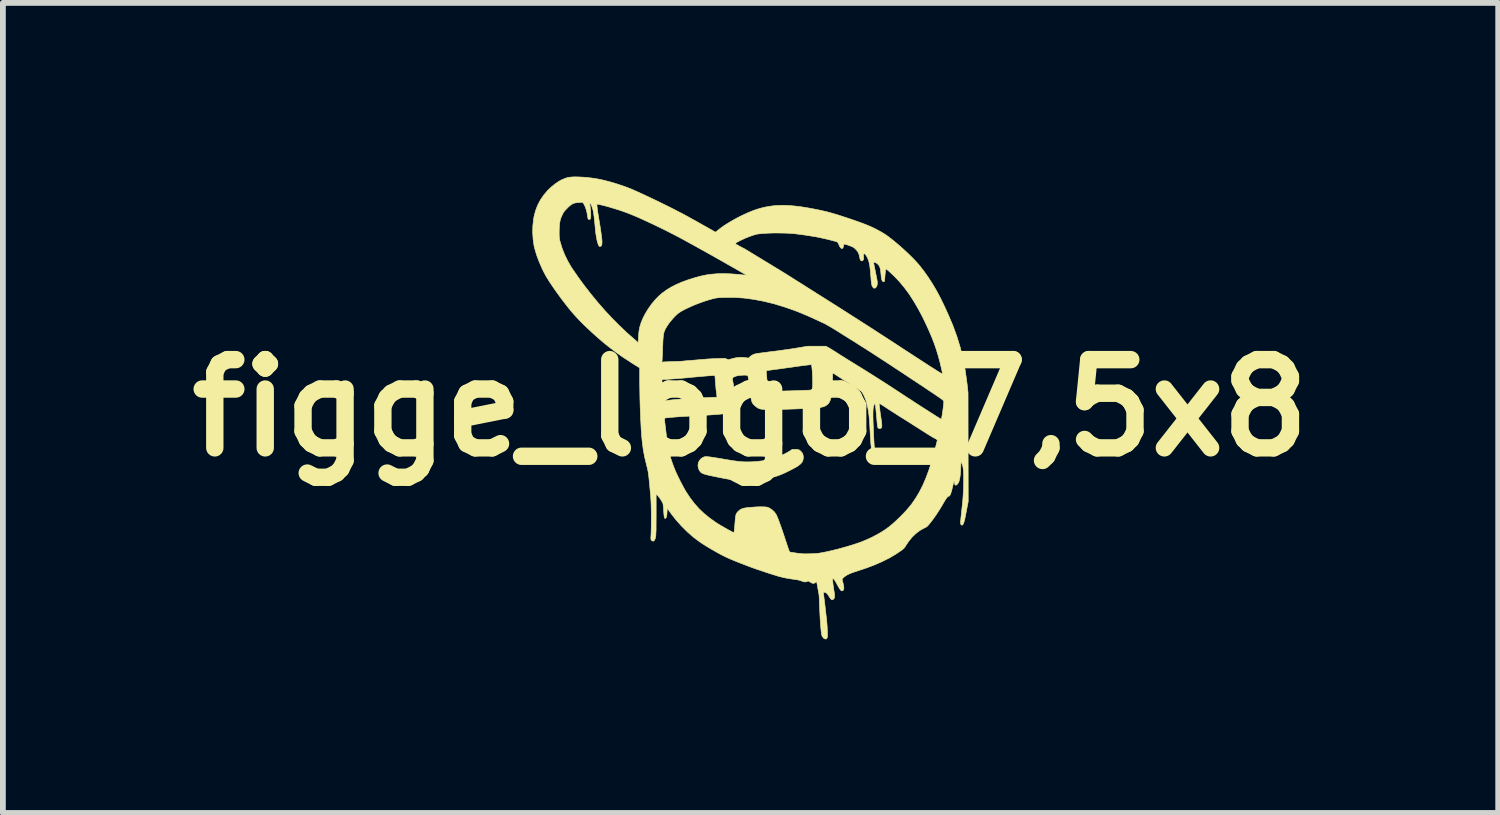
<source format=kicad_pcb>
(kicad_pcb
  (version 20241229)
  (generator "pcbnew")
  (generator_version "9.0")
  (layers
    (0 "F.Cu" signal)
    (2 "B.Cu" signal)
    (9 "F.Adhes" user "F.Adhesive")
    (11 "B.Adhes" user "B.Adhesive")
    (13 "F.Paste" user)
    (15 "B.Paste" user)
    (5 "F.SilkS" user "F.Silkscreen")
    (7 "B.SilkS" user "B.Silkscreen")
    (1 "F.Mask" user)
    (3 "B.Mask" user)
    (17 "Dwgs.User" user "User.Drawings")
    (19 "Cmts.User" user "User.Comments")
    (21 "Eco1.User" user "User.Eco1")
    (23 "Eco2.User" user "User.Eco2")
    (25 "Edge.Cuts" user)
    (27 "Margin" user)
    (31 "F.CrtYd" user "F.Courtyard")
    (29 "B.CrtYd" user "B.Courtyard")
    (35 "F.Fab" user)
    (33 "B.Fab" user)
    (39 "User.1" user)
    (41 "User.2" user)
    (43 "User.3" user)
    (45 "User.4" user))
  (footprint "figge_logo_7,5x8"
    (layer "F.Cu")
    (at 9.913 3.996)
    (property "Reference" "figge_logo_7,5x8" (at 0 0 0) (layer "F.SilkS") (effects (font (size 1.524 1.524) (thickness 0.3))))
    (attr through_hole)
    (fp_poly (pts (xy 0.799 0.716) (xy 0.821 0.719) (xy 0.839 0.725) (xy 0.856 0.737) (xy 0.865 0.745) (xy 0.89 0.772) (xy 0.905 0.802) (xy 0.912 0.838) (xy 0.912 0.854) (xy 0.91 0.881) (xy 0.904 0.906) (xy 0.894 0.93) (xy 0.878 0.952) (xy 0.855 0.975) (xy 0.825 0.998) (xy 0.787 1.022) (xy 0.739 1.048) (xy 0.682 1.078) (xy 0.653 1.092) (xy 0.604 1.116) (xy 0.563 1.135) (xy 0.528 1.15) (xy 0.494 1.163) (xy 0.461 1.175) (xy 0.425 1.186) (xy 0.41 1.191) (xy 0.29 1.221) (xy 0.163 1.243) (xy 0.031 1.257) (xy 0.018 1.258) (xy -0.019 1.261) (xy -0.047 1.262) (xy -0.071 1.263) (xy -0.094 1.263) (xy -0.119 1.262) (xy -0.148 1.26) (xy -0.189 1.257) (xy -0.231 1.253) (xy -0.277 1.247) (xy -0.328 1.24) (xy -0.384 1.23) (xy -0.448 1.219) (xy -0.522 1.204) (xy -0.576 1.193) (xy -0.64 1.18) (xy -0.694 1.169) (xy -0.738 1.159) (xy -0.774 1.149) (xy -0.803 1.141) (xy -0.826 1.132) (xy -0.843 1.123) (xy -0.857 1.113) (xy -0.868 1.101) (xy -0.878 1.088) (xy -0.887 1.073) (xy -0.888 1.071) (xy -0.903 1.031) (xy -0.908 0.99) (xy -0.902 0.95) (xy -0.886 0.914) (xy -0.861 0.882) (xy -0.83 0.859) (xy -0.82 0.853) (xy -0.81 0.849) (xy -0.799 0.845) (xy -0.787 0.842) (xy -0.772 0.841) (xy -0.754 0.841) (xy -0.731 0.843) (xy -0.703 0.846) (xy -0.668 0.851) (xy -0.627 0.857) (xy -0.577 0.865) (xy -0.517 0.875) (xy -0.448 0.887) (xy -0.405 0.894) (xy -0.358 0.902) (xy -0.31 0.91) (xy -0.264 0.916) (xy -0.222 0.922) (xy -0.188 0.926) (xy -0.171 0.928) (xy -0.084 0.932) (xy 0.009 0.931) (xy 0.106 0.925) (xy 0.201 0.914) (xy 0.292 0.899) (xy 0.313 0.894) (xy 0.377 0.877) (xy 0.445 0.855) (xy 0.513 0.828) (xy 0.579 0.799) (xy 0.638 0.768) (xy 0.668 0.75) (xy 0.723 0.715) (xy 0.769 0.715) (xy 0.799 0.716)) (stroke (width 0.01) (type solid)) (fill yes) (layer "F.SilkS"))
    (fp_poly (pts (xy -2.973 -3.99) (xy -2.907 -3.987) (xy -2.838 -3.982) (xy -2.766 -3.974) (xy -2.693 -3.964) (xy -2.622 -3.952) (xy -2.617 -3.951) (xy -2.548 -3.936) (xy -2.472 -3.917) (xy -2.39 -3.895) (xy -2.307 -3.869) (xy -2.224 -3.842) (xy -2.145 -3.814) (xy -2.072 -3.786) (xy -2.035 -3.77) (xy -1.972 -3.742) (xy -1.901 -3.71) (xy -1.823 -3.674) (xy -1.74 -3.635) (xy -1.654 -3.594) (xy -1.567 -3.552) (xy -1.48 -3.509) (xy -1.395 -3.467) (xy -1.314 -3.426) (xy -1.239 -3.387) (xy -1.17 -3.352) (xy -1.111 -3.32) (xy -1.105 -3.316) (xy -1.077 -3.301) (xy -1.043 -3.282) (xy -1.002 -3.259) (xy -0.956 -3.234) (xy -0.908 -3.207) (xy -0.858 -3.179) (xy -0.809 -3.151) (xy -0.762 -3.125) (xy -0.718 -3.1) (xy -0.679 -3.078) (xy -0.647 -3.06) (xy -0.624 -3.046) (xy -0.619 -3.043) (xy -0.611 -3.039) (xy -0.604 -3.039) (xy -0.595 -3.043) (xy -0.582 -3.053) (xy -0.569 -3.064) (xy -0.515 -3.107) (xy -0.452 -3.152) (xy -0.38 -3.197) (xy -0.304 -3.242) (xy -0.224 -3.286) (xy -0.142 -3.327) (xy -0.06 -3.365) (xy 0.019 -3.398) (xy 0.094 -3.426) (xy 0.153 -3.444) (xy 0.234 -3.465) (xy 0.316 -3.481) (xy 0.398 -3.492) (xy 0.483 -3.498) (xy 0.571 -3.5) (xy 0.664 -3.496) (xy 0.763 -3.488) (xy 0.869 -3.475) (xy 0.983 -3.457) (xy 1.075 -3.44) (xy 1.143 -3.427) (xy 1.205 -3.414) (xy 1.263 -3.401) (xy 1.319 -3.388) (xy 1.375 -3.373) (xy 1.434 -3.356) (xy 1.496 -3.338) (xy 1.564 -3.316) (xy 1.64 -3.291) (xy 1.696 -3.273) (xy 1.786 -3.242) (xy 1.866 -3.214) (xy 1.937 -3.188) (xy 2.001 -3.163) (xy 2.059 -3.139) (xy 2.113 -3.115) (xy 2.163 -3.09) (xy 2.212 -3.064) (xy 2.261 -3.037) (xy 2.301 -3.013) (xy 2.347 -2.983) (xy 2.399 -2.945) (xy 2.455 -2.901) (xy 2.516 -2.851) (xy 2.578 -2.798) (xy 2.64 -2.743) (xy 2.702 -2.686) (xy 2.761 -2.629) (xy 2.816 -2.574) (xy 2.866 -2.521) (xy 2.909 -2.472) (xy 2.916 -2.463) (xy 2.994 -2.364) (xy 3.069 -2.258) (xy 3.142 -2.145) (xy 3.214 -2.023) (xy 3.283 -1.893) (xy 3.351 -1.753) (xy 3.419 -1.603) (xy 3.487 -1.443) (xy 3.497 -1.418) (xy 3.564 -1.235) (xy 3.621 -1.049) (xy 3.669 -0.856) (xy 3.707 -0.658) (xy 3.736 -0.452) (xy 3.742 -0.402) (xy 3.757 -0.263) (xy 3.758 0.676) (xy 3.76 1.616) (xy 3.737 1.734) (xy 3.726 1.792) (xy 3.717 1.84) (xy 3.709 1.879) (xy 3.703 1.91) (xy 3.697 1.935) (xy 3.692 1.954) (xy 3.687 1.97) (xy 3.682 1.983) (xy 3.678 1.994) (xy 3.667 2.015) (xy 3.657 2.024) (xy 3.647 2.024) (xy 3.636 2.014) (xy 3.633 2.01) (xy 3.63 2.005) (xy 3.629 1.998) (xy 3.628 1.987) (xy 3.628 1.972) (xy 3.629 1.952) (xy 3.632 1.925) (xy 3.635 1.89) (xy 3.64 1.847) (xy 3.646 1.793) (xy 3.65 1.751) (xy 3.66 1.66) (xy 3.668 1.576) (xy 3.673 1.498) (xy 3.677 1.422) (xy 3.68 1.344) (xy 3.681 1.262) (xy 3.681 1.24) (xy 3.681 1.176) (xy 3.679 1.123) (xy 3.677 1.078) (xy 3.672 1.04) (xy 3.667 1.008) (xy 3.659 0.981) (xy 3.649 0.956) (xy 3.648 0.954) (xy 3.635 0.924) (xy 3.631 1.031) (xy 3.628 1.099) (xy 3.623 1.157) (xy 3.616 1.205) (xy 3.608 1.244) (xy 3.598 1.276) (xy 3.585 1.301) (xy 3.57 1.32) (xy 3.555 1.332) (xy 3.543 1.334) (xy 3.535 1.331) (xy 3.53 1.323) (xy 3.525 1.308) (xy 3.523 1.297) (xy 3.52 1.279) (xy 3.516 1.269) (xy 3.514 1.267) (xy 3.511 1.275) (xy 3.507 1.292) (xy 3.501 1.315) (xy 3.495 1.343) (xy 3.494 1.344) (xy 3.481 1.4) (xy 3.469 1.444) (xy 3.458 1.478) (xy 3.448 1.503) (xy 3.438 1.517) (xy 3.428 1.524) (xy 3.425 1.524) (xy 3.415 1.526) (xy 3.405 1.534) (xy 3.392 1.549) (xy 3.376 1.571) (xy 3.357 1.601) (xy 3.333 1.641) (xy 3.325 1.656) (xy 3.268 1.751) (xy 3.209 1.842) (xy 3.149 1.927) (xy 3.107 1.981) (xy 3.086 2.008) (xy 3.069 2.027) (xy 3.056 2.041) (xy 3.043 2.052) (xy 3.029 2.06) (xy 3.012 2.069) (xy 3.003 2.073) (xy 2.928 2.114) (xy 2.858 2.167) (xy 2.793 2.229) (xy 2.734 2.301) (xy 2.681 2.38) (xy 2.664 2.407) (xy 2.645 2.428) (xy 2.622 2.449) (xy 2.613 2.455) (xy 2.512 2.524) (xy 2.4 2.59) (xy 2.276 2.652) (xy 2.142 2.711) (xy 1.996 2.766) (xy 1.84 2.818) (xy 1.813 2.827) (xy 1.753 2.847) (xy 1.704 2.867) (xy 1.675 2.881) (xy 1.643 2.901) (xy 1.617 2.92) (xy 1.597 2.938) (xy 1.585 2.952) (xy 1.583 2.96) (xy 1.585 2.97) (xy 1.588 2.988) (xy 1.594 3.012) (xy 1.598 3.025) (xy 1.608 3.069) (xy 1.612 3.103) (xy 1.611 3.129) (xy 1.603 3.146) (xy 1.601 3.148) (xy 1.59 3.157) (xy 1.579 3.16) (xy 1.568 3.157) (xy 1.556 3.146) (xy 1.542 3.128) (xy 1.525 3.1) (xy 1.504 3.063) (xy 1.495 3.047) (xy 1.474 3.009) (xy 1.457 2.982) (xy 1.444 2.963) (xy 1.433 2.952) (xy 1.424 2.948) (xy 1.422 2.948) (xy 1.419 2.953) (xy 1.418 2.969) (xy 1.42 2.994) (xy 1.423 3.026) (xy 1.427 3.064) (xy 1.434 3.107) (xy 1.438 3.137) (xy 1.445 3.179) (xy 1.45 3.211) (xy 1.452 3.236) (xy 1.452 3.255) (xy 1.45 3.27) (xy 1.446 3.284) (xy 1.445 3.287) (xy 1.433 3.304) (xy 1.416 3.312) (xy 1.398 3.31) (xy 1.396 3.309) (xy 1.388 3.301) (xy 1.376 3.286) (xy 1.362 3.266) (xy 1.354 3.252) (xy 1.334 3.222) (xy 1.316 3.201) (xy 1.298 3.189) (xy 1.28 3.184) (xy 1.272 3.184) (xy 1.262 3.185) (xy 1.259 3.19) (xy 1.26 3.202) (xy 1.26 3.206) (xy 1.262 3.22) (xy 1.265 3.243) (xy 1.269 3.275) (xy 1.274 3.314) (xy 1.279 3.357) (xy 1.285 3.404) (xy 1.29 3.452) (xy 1.296 3.501) (xy 1.301 3.547) (xy 1.306 3.589) (xy 1.31 3.627) (xy 1.314 3.657) (xy 1.314 3.662) (xy 1.318 3.699) (xy 1.321 3.739) (xy 1.324 3.781) (xy 1.326 3.823) (xy 1.328 3.863) (xy 1.329 3.899) (xy 1.329 3.928) (xy 1.328 3.949) (xy 1.327 3.959) (xy 1.318 3.98) (xy 1.304 3.991) (xy 1.287 3.99) (xy 1.267 3.979) (xy 1.258 3.971) (xy 1.24 3.948) (xy 1.23 3.922) (xy 1.23 3.918) (xy 1.224 3.887) (xy 1.219 3.846) (xy 1.214 3.794) (xy 1.209 3.733) (xy 1.204 3.665) (xy 1.2 3.589) (xy 1.196 3.506) (xy 1.192 3.419) (xy 1.19 3.358) (xy 1.188 3.32) (xy 1.187 3.284) (xy 1.185 3.253) (xy 1.183 3.229) (xy 1.181 3.214) (xy 1.181 3.213) (xy 1.178 3.198) (xy 1.173 3.174) (xy 1.168 3.144) (xy 1.162 3.111) (xy 1.159 3.095) (xy 1.154 3.064) (xy 1.149 3.037) (xy 1.145 3.016) (xy 1.143 3.004) (xy 1.142 3.001) (xy 1.137 3.003) (xy 1.127 3.011) (xy 1.122 3.015) (xy 1.102 3.027) (xy 1.081 3.03) (xy 1.057 3.023) (xy 1.034 3.01) (xy 1.015 2.998) (xy 1.003 2.991) (xy 0.993 2.99) (xy 0.984 2.993) (xy 0.974 2.998) (xy 0.953 3.005) (xy 0.929 3.004) (xy 0.899 2.996) (xy 0.877 2.987) (xy 0.851 2.978) (xy 0.816 2.97) (xy 0.769 2.962) (xy 0.75 2.96) (xy 0.706 2.954) (xy 0.666 2.947) (xy 0.628 2.941) (xy 0.593 2.934) (xy 0.557 2.926) (xy 0.519 2.917) (xy 0.478 2.906) (xy 0.434 2.892) (xy 0.383 2.877) (xy 0.325 2.858) (xy 0.258 2.836) (xy 0.204 2.818) (xy 0.126 2.792) (xy 0.046 2.764) (xy -0.036 2.734) (xy -0.116 2.703) (xy -0.194 2.673) (xy -0.268 2.643) (xy -0.336 2.615) (xy -0.398 2.588) (xy -0.45 2.563) (xy -0.473 2.552) (xy -0.511 2.532) (xy -0.556 2.508) (xy -0.605 2.48) (xy -0.656 2.451) (xy -0.707 2.421) (xy -0.757 2.391) (xy -0.802 2.363) (xy -0.841 2.338) (xy -0.872 2.317) (xy -0.873 2.317) (xy -0.982 2.235) (xy -1.088 2.143) (xy -1.19 2.042) (xy -1.285 1.936) (xy -1.372 1.825) (xy -1.403 1.782) (xy -1.438 1.731) (xy -1.442 1.8) (xy -1.445 1.844) (xy -1.451 1.877) (xy -1.459 1.898) (xy -1.47 1.907) (xy -1.474 1.908) (xy -1.48 1.906) (xy -1.485 1.901) (xy -1.488 1.889) (xy -1.492 1.871) (xy -1.495 1.845) (xy -1.498 1.809) (xy -1.5 1.778) (xy -1.502 1.743) (xy -1.505 1.71) (xy -1.508 1.682) (xy -1.511 1.661) (xy -1.512 1.652) (xy -1.519 1.636) (xy -1.532 1.613) (xy -1.549 1.586) (xy -1.567 1.559) (xy -1.586 1.534) (xy -1.602 1.514) (xy -1.609 1.507) (xy -1.63 1.486) (xy -1.63 1.835) (xy -1.63 1.913) (xy -1.631 1.981) (xy -1.631 2.039) (xy -1.631 2.088) (xy -1.632 2.129) (xy -1.634 2.162) (xy -1.635 2.19) (xy -1.637 2.212) (xy -1.64 2.23) (xy -1.643 2.244) (xy -1.646 2.257) (xy -1.651 2.267) (xy -1.654 2.275) (xy -1.667 2.294) (xy -1.682 2.301) (xy -1.697 2.297) (xy -1.714 2.282) (xy -1.718 2.276) (xy -1.72 2.267) (xy -1.721 2.254) (xy -1.721 2.234) (xy -1.719 2.204) (xy -1.719 2.2) (xy -1.717 2.17) (xy -1.716 2.13) (xy -1.715 2.082) (xy -1.714 2.028) (xy -1.714 1.969) (xy -1.714 1.909) (xy -1.714 1.848) (xy -1.714 1.789) (xy -1.715 1.733) (xy -1.716 1.683) (xy -1.718 1.64) (xy -1.719 1.616) (xy -1.721 1.579) (xy -1.724 1.535) (xy -1.728 1.486) (xy -1.733 1.434) (xy -1.738 1.379) (xy -1.743 1.325) (xy -1.748 1.272) (xy -1.753 1.223) (xy -1.758 1.179) (xy -1.763 1.142) (xy -1.767 1.114) (xy -1.769 1.099) (xy -1.774 1.076) (xy -1.781 1.045) (xy -1.789 1.011) (xy -1.798 0.977) (xy -1.798 0.975) (xy -1.828 0.852) (xy -1.851 0.731) (xy -1.868 0.607) (xy -1.881 0.477) (xy -1.881 0.472) (xy -1.889 0.36) (xy -1.895 0.238) (xy -1.898 0.184) (xy -1.485 0.184) (xy -1.484 0.201) (xy -1.482 0.228) (xy -1.479 0.261) (xy -1.474 0.302) (xy -1.469 0.347) (xy -1.463 0.395) (xy -1.457 0.446) (xy -1.45 0.497) (xy -1.443 0.548) (xy -1.436 0.597) (xy -1.429 0.642) (xy -1.423 0.683) (xy -1.417 0.718) (xy -1.412 0.745) (xy -1.411 0.75) (xy -1.402 0.787) (xy -1.389 0.832) (xy -1.374 0.882) (xy -1.356 0.935) (xy -1.337 0.988) (xy -1.318 1.038) (xy -1.3 1.082) (xy -1.297 1.09) (xy -1.279 1.13) (xy -1.257 1.176) (xy -1.232 1.227) (xy -1.206 1.279) (xy -1.179 1.33) (xy -1.154 1.377) (xy -1.131 1.418) (xy -1.114 1.447) (xy -1.044 1.553) (xy -0.969 1.651) (xy -0.888 1.742) (xy -0.799 1.826) (xy -0.701 1.905) (xy -0.594 1.981) (xy -0.528 2.022) (xy -0.503 2.037) (xy -0.474 2.053) (xy -0.442 2.072) (xy -0.41 2.09) (xy -0.378 2.108) (xy -0.348 2.124) (xy -0.323 2.137) (xy -0.303 2.148) (xy -0.29 2.154) (xy -0.287 2.155) (xy -0.285 2.148) (xy -0.282 2.131) (xy -0.279 2.106) (xy -0.276 2.075) (xy -0.273 2.04) (xy -0.27 2.002) (xy -0.267 1.965) (xy -0.266 1.951) (xy -0.262 1.908) (xy -0.258 1.874) (xy -0.252 1.847) (xy -0.244 1.826) (xy -0.232 1.807) (xy -0.216 1.789) (xy -0.211 1.784) (xy -0.183 1.76) (xy -0.154 1.744) (xy -0.118 1.732) (xy -0.095 1.728) (xy -0.059 1.722) (xy -0.014 1.718) (xy 0.036 1.714) (xy 0.088 1.71) (xy 0.139 1.708) (xy 0.185 1.708) (xy 0.213 1.708) (xy 0.244 1.709) (xy 0.267 1.711) (xy 0.284 1.713) (xy 0.299 1.717) (xy 0.315 1.724) (xy 0.327 1.73) (xy 0.372 1.759) (xy 0.412 1.796) (xy 0.443 1.841) (xy 0.452 1.857) (xy 0.462 1.882) (xy 0.476 1.916) (xy 0.493 1.96) (xy 0.511 2.011) (xy 0.532 2.069) (xy 0.554 2.133) (xy 0.577 2.201) (xy 0.6 2.273) (xy 0.614 2.313) (xy 0.628 2.356) (xy 0.641 2.394) (xy 0.652 2.428) (xy 0.662 2.455) (xy 0.67 2.475) (xy 0.674 2.484) (xy 0.675 2.485) (xy 0.68 2.488) (xy 0.692 2.491) (xy 0.71 2.494) (xy 0.737 2.498) (xy 0.772 2.504) (xy 0.818 2.51) (xy 0.865 2.516) (xy 0.892 2.518) (xy 0.927 2.52) (xy 0.969 2.52) (xy 1.015 2.519) (xy 1.061 2.518) (xy 1.106 2.516) (xy 1.146 2.513) (xy 1.179 2.509) (xy 1.189 2.508) (xy 1.26 2.495) (xy 1.339 2.479) (xy 1.424 2.459) (xy 1.513 2.437) (xy 1.603 2.412) (xy 1.691 2.387) (xy 1.776 2.361) (xy 1.854 2.335) (xy 1.911 2.315) (xy 2.003 2.277) (xy 2.095 2.235) (xy 2.183 2.189) (xy 2.266 2.141) (xy 2.341 2.092) (xy 2.401 2.047) (xy 2.458 1.999) (xy 2.518 1.945) (xy 2.578 1.888) (xy 2.636 1.829) (xy 2.691 1.77) (xy 2.74 1.713) (xy 2.782 1.661) (xy 2.785 1.657) (xy 2.853 1.558) (xy 2.917 1.451) (xy 2.976 1.335) (xy 3.03 1.209) (xy 3.081 1.072) (xy 3.127 0.927) (xy 3.139 0.887) (xy 3.151 0.844) (xy 3.164 0.799) (xy 3.176 0.753) (xy 3.188 0.709) (xy 3.199 0.668) (xy 3.208 0.631) (xy 3.216 0.6) (xy 3.222 0.576) (xy 3.225 0.562) (xy 3.225 0.558) (xy 3.222 0.55) (xy 3.212 0.541) (xy 3.192 0.53) (xy 3.181 0.524) (xy 3.168 0.517) (xy 3.153 0.509) (xy 3.135 0.498) (xy 3.114 0.486) (xy 3.089 0.47) (xy 3.058 0.451) (xy 3.022 0.428) (xy 2.978 0.4) (xy 2.926 0.367) (xy 2.865 0.328) (xy 2.859 0.324) (xy 2.817 0.298) (xy 2.771 0.268) (xy 2.724 0.238) (xy 2.679 0.21) (xy 2.641 0.186) (xy 2.64 0.186) (xy 2.606 0.165) (xy 2.565 0.139) (xy 2.519 0.109) (xy 2.472 0.079) (xy 2.425 0.049) (xy 2.395 0.03) (xy 2.35 -0.000044) (xy 2.314 -0.024) (xy 2.285 -0.042) (xy 2.263 -0.056) (xy 2.248 -0.065) (xy 2.237 -0.071) (xy 2.23 -0.075) (xy 2.225 -0.076) (xy 2.223 -0.075) (xy 2.223 -0.075) (xy 2.223 -0.068) (xy 2.224 -0.052) (xy 2.227 -0.028) (xy 2.23 0.003) (xy 2.234 0.038) (xy 2.239 0.075) (xy 2.244 0.112) (xy 2.25 0.149) (xy 2.254 0.182) (xy 2.259 0.21) (xy 2.26 0.216) (xy 2.264 0.246) (xy 2.267 0.277) (xy 2.268 0.304) (xy 2.267 0.326) (xy 2.264 0.34) (xy 2.264 0.341) (xy 2.255 0.348) (xy 2.243 0.354) (xy 2.223 0.357) (xy 2.207 0.348) (xy 2.197 0.333) (xy 2.195 0.323) (xy 2.192 0.303) (xy 2.189 0.275) (xy 2.185 0.24) (xy 2.182 0.202) (xy 2.18 0.178) (xy 2.173 0.108) (xy 2.168 0.049) (xy 2.163 0.001) (xy 2.158 -0.035) (xy 2.153 -0.061) (xy 2.153 -0.064) (xy 2.149 -0.074) (xy 2.143 -0.071) (xy 2.136 -0.058) (xy 2.128 -0.032) (xy 2.126 -0.026) (xy 2.121 -0.005) (xy 2.118 0.018) (xy 2.116 0.045) (xy 2.115 0.08) (xy 2.115 0.104) (xy 2.115 0.151) (xy 2.116 0.207) (xy 2.118 0.271) (xy 2.121 0.34) (xy 2.124 0.413) (xy 2.127 0.488) (xy 2.131 0.562) (xy 2.135 0.629) (xy 2.138 0.673) (xy 2.14 0.707) (xy 2.141 0.732) (xy 2.141 0.751) (xy 2.14 0.763) (xy 2.138 0.771) (xy 2.136 0.777) (xy 2.135 0.778) (xy 2.123 0.79) (xy 2.111 0.79) (xy 2.104 0.784) (xy 2.099 0.774) (xy 2.095 0.757) (xy 2.09 0.732) (xy 2.086 0.698) (xy 2.082 0.654) (xy 2.077 0.601) (xy 2.073 0.538) (xy 2.068 0.463) (xy 2.064 0.385) (xy 2.06 0.303) (xy 2.055 0.231) (xy 2.05 0.168) (xy 2.044 0.112) (xy 2.037 0.061) (xy 2.029 0.014) (xy 2.019 -0.031) (xy 2.008 -0.076) (xy 1.999 -0.109) (xy 1.989 -0.139) (xy 1.977 -0.171) (xy 1.963 -0.204) (xy 1.948 -0.234) (xy 1.934 -0.259) (xy 1.922 -0.277) (xy 1.918 -0.282) (xy 1.91 -0.288) (xy 1.893 -0.299) (xy 1.869 -0.315) (xy 1.839 -0.335) (xy 1.803 -0.359) (xy 1.763 -0.384) (xy 1.72 -0.412) (xy 1.713 -0.417) (xy 1.668 -0.445) (xy 1.625 -0.473) (xy 1.584 -0.499) (xy 1.548 -0.523) (xy 1.517 -0.543) (xy 1.494 -0.558) (xy 1.479 -0.568) (xy 1.478 -0.568) (xy 1.453 -0.585) (xy 1.436 -0.596) (xy 1.425 -0.599) (xy 1.42 -0.594) (xy 1.418 -0.581) (xy 1.418 -0.559) (xy 1.418 -0.549) (xy 1.417 -0.515) (xy 1.416 -0.474) (xy 1.413 -0.427) (xy 1.411 -0.379) (xy 1.408 -0.331) (xy 1.405 -0.288) (xy 1.401 -0.252) (xy 1.4 -0.236) (xy 1.39 -0.178) (xy 1.376 -0.131) (xy 1.357 -0.092) (xy 1.332 -0.062) (xy 1.301 -0.039) (xy 1.262 -0.021) (xy 1.261 -0.021) (xy 1.238 -0.015) (xy 1.204 -0.01) (xy 1.157 -0.005) (xy 1.099 0.000392) (xy 1.029 0.005) (xy 0.948 0.01) (xy 0.855 0.014) (xy 0.75 0.018) (xy 0.634 0.022) (xy 0.546 0.024) (xy 0.469 0.026) (xy 0.402 0.028) (xy 0.346 0.028) (xy 0.298 0.028) (xy 0.258 0.027) (xy 0.225 0.025) (xy 0.197 0.022) (xy 0.175 0.019) (xy 0.157 0.014) (xy 0.141 0.008) (xy 0.131 0.003) (xy 0.1 -0.017) (xy 0.071 -0.041) (xy 0.047 -0.066) (xy 0.03 -0.09) (xy 0.03 -0.091) (xy 0.021 -0.115) (xy 0.012 -0.15) (xy 0.003 -0.198) (xy -0.006 -0.257) (xy -0.016 -0.328) (xy -0.026 -0.41) (xy -0.032 -0.47) (xy -0.036 -0.504) (xy -0.04 -0.529) (xy -0.043 -0.545) (xy -0.047 -0.555) (xy -0.051 -0.56) (xy -0.063 -0.564) (xy -0.084 -0.566) (xy -0.112 -0.567) (xy -0.143 -0.565) (xy -0.176 -0.563) (xy -0.207 -0.559) (xy -0.234 -0.554) (xy -0.248 -0.55) (xy -0.275 -0.54) (xy -0.294 -0.532) (xy -0.306 -0.522) (xy -0.311 -0.509) (xy -0.311 -0.49) (xy -0.307 -0.464) (xy -0.302 -0.436) (xy -0.295 -0.401) (xy -0.288 -0.358) (xy -0.282 -0.312) (xy -0.276 -0.264) (xy -0.271 -0.218) (xy -0.267 -0.177) (xy -0.264 -0.143) (xy -0.264 -0.13) (xy -0.264 -0.106) (xy -0.265 -0.088) (xy -0.269 -0.073) (xy -0.276 -0.055) (xy -0.287 -0.032) (xy -0.289 -0.03) (xy -0.31 0.009) (xy -0.329 0.039) (xy -0.348 0.061) (xy -0.369 0.076) (xy -0.394 0.087) (xy -0.425 0.094) (xy -0.44 0.097) (xy -0.462 0.1) (xy -0.488 0.104) (xy -0.518 0.107) (xy -0.554 0.11) (xy -0.595 0.114) (xy -0.643 0.117) (xy -0.698 0.121) (xy -0.761 0.125) (xy -0.832 0.129) (xy -0.913 0.134) (xy -1.004 0.139) (xy -1.106 0.144) (xy -1.164 0.147) (xy -1.206 0.15) (xy -1.25 0.153) (xy -1.294 0.156) (xy -1.338 0.16) (xy -1.378 0.163) (xy -1.415 0.167) (xy -1.445 0.17) (xy -1.468 0.173) (xy -1.481 0.176) (xy -1.484 0.177) (xy -1.485 0.184) (xy -1.898 0.184) (xy -1.901 0.11) (xy -1.906 -0.023) (xy -1.91 -0.158) (xy -1.912 -0.292) (xy -1.914 -0.423) (xy -1.914 -0.485) (xy -1.914 -0.49) (xy -1.53 -0.49) (xy -1.526 -0.409) (xy -1.524 -0.343) (xy -1.521 -0.287) (xy -1.519 -0.242) (xy -1.517 -0.206) (xy -1.516 -0.177) (xy -1.514 -0.156) (xy -1.513 -0.142) (xy -1.512 -0.132) (xy -1.511 -0.127) (xy -1.511 -0.126) (xy -1.503 -0.124) (xy -1.484 -0.125) (xy -1.454 -0.128) (xy -1.433 -0.131) (xy -1.395 -0.135) (xy -1.352 -0.14) (xy -1.309 -0.145) (xy -1.284 -0.147) (xy -1.081 -0.163) (xy -0.867 -0.174) (xy -0.771 -0.178) (xy -0.725 -0.18) (xy -0.683 -0.182) (xy -0.646 -0.183) (xy -0.616 -0.184) (xy -0.594 -0.185) (xy -0.582 -0.186) (xy -0.58 -0.186) (xy -0.58 -0.192) (xy -0.582 -0.208) (xy -0.584 -0.231) (xy -0.588 -0.261) (xy -0.591 -0.283) (xy -0.596 -0.325) (xy -0.6 -0.372) (xy -0.604 -0.419) (xy -0.607 -0.46) (xy -0.608 -0.467) (xy -0.61 -0.498) (xy -0.612 -0.525) (xy -0.614 -0.545) (xy -0.616 -0.557) (xy -0.616 -0.559) (xy -0.624 -0.56) (xy -0.642 -0.56) (xy -0.672 -0.558) (xy -0.712 -0.556) (xy -0.762 -0.552) (xy -0.822 -0.547) (xy -0.89 -0.541) (xy -0.968 -0.534) (xy -1.051 -0.526) (xy -1.097 -0.521) (xy -1.148 -0.517) (xy -1.201 -0.512) (xy -1.254 -0.508) (xy -1.307 -0.504) (xy -1.358 -0.5) (xy -1.405 -0.497) (xy -1.446 -0.494) (xy -1.479 -0.492) (xy -1.504 -0.491) (xy -1.516 -0.49) (xy -1.53 -0.49) (xy -1.914 -0.49) (xy -1.914 -0.643) (xy 0.272 -0.643) (xy 0.275 -0.592) (xy 0.278 -0.557) (xy 0.281 -0.519) (xy 0.285 -0.478) (xy 0.289 -0.437) (xy 0.294 -0.397) (xy 0.298 -0.361) (xy 0.303 -0.33) (xy 0.307 -0.306) (xy 0.31 -0.291) (xy 0.312 -0.287) (xy 0.318 -0.285) (xy 0.334 -0.284) (xy 0.357 -0.285) (xy 0.38 -0.286) (xy 0.401 -0.286) (xy 0.432 -0.288) (xy 0.471 -0.289) (xy 0.517 -0.291) (xy 0.568 -0.292) (xy 0.621 -0.294) (xy 0.675 -0.295) (xy 0.679 -0.295) (xy 0.734 -0.297) (xy 0.789 -0.299) (xy 0.841 -0.3) (xy 0.889 -0.302) (xy 0.931 -0.304) (xy 0.965 -0.305) (xy 0.989 -0.306) (xy 0.989 -0.306) (xy 1.066 -0.31) (xy 1.071 -0.357) (xy 1.073 -0.386) (xy 1.074 -0.42) (xy 1.074 -0.46) (xy 1.073 -0.503) (xy 1.071 -0.547) (xy 1.069 -0.591) (xy 1.067 -0.632) (xy 1.063 -0.67) (xy 1.06 -0.702) (xy 1.056 -0.727) (xy 1.052 -0.743) (xy 1.05 -0.748) (xy 1.043 -0.748) (xy 1.026 -0.746) (xy 1 -0.743) (xy 0.966 -0.739) (xy 0.925 -0.734) (xy 0.878 -0.728) (xy 0.827 -0.721) (xy 0.79 -0.716) (xy 0.731 -0.707) (xy 0.672 -0.699) (xy 0.613 -0.691) (xy 0.558 -0.683) (xy 0.508 -0.676) (xy 0.464 -0.67) (xy 0.43 -0.666) (xy 0.422 -0.665) (xy 0.386 -0.66) (xy 0.352 -0.655) (xy 0.324 -0.651) (xy 0.303 -0.648) (xy 0.291 -0.647) (xy 0.272 -0.643) (xy -1.914 -0.643) (xy -1.914 -0.691) (xy -1.945 -0.711) (xy -2.019 -0.757) (xy -2.07 -0.79) (xy -1.531 -0.79) (xy -1.508 -0.794) (xy -1.496 -0.795) (xy -1.474 -0.796) (xy -1.444 -0.797) (xy -1.408 -0.799) (xy -1.369 -0.8) (xy -1.347 -0.801) (xy -1.304 -0.802) (xy -1.262 -0.803) (xy -1.223 -0.805) (xy -1.19 -0.807) (xy -1.165 -0.809) (xy -1.158 -0.81) (xy -1.135 -0.812) (xy -1.104 -0.815) (xy -1.067 -0.818) (xy -1.027 -0.821) (xy -0.992 -0.824) (xy -0.948 -0.828) (xy -0.898 -0.832) (xy -0.849 -0.836) (xy -0.804 -0.84) (xy -0.78 -0.842) (xy -0.741 -0.845) (xy -0.694 -0.848) (xy -0.644 -0.851) (xy -0.595 -0.853) (xy -0.561 -0.854) (xy -0.52 -0.855) (xy -0.489 -0.856) (xy -0.466 -0.856) (xy -0.449 -0.855) (xy -0.436 -0.853) (xy -0.425 -0.851) (xy -0.415 -0.847) (xy -0.412 -0.845) (xy -0.383 -0.833) (xy -0.332 -0.847) (xy -0.266 -0.864) (xy -0.205 -0.872) (xy -0.146 -0.874) (xy -0.085 -0.868) (xy -0.08 -0.868) (xy -0.035 -0.861) (xy -0.009 -0.886) (xy 0.025 -0.911) (xy 0.063 -0.929) (xy 0.101 -0.938) (xy 0.113 -0.941) (xy 0.136 -0.944) (xy 0.168 -0.948) (xy 0.208 -0.953) (xy 0.253 -0.959) (xy 0.304 -0.966) (xy 0.358 -0.973) (xy 0.396 -0.977) (xy 0.458 -0.985) (xy 0.523 -0.994) (xy 0.589 -1.003) (xy 0.654 -1.012) (xy 0.714 -1.021) (xy 0.768 -1.029) (xy 0.812 -1.037) (xy 0.821 -1.038) (xy 0.984 -1.066) (xy 1.143 -1.066) (xy 1.302 -1.066) (xy 1.335 -1.049) (xy 1.349 -1.041) (xy 1.372 -1.028) (xy 1.4 -1.01) (xy 1.433 -0.99) (xy 1.468 -0.968) (xy 1.483 -0.958) (xy 1.517 -0.936) (xy 1.559 -0.909) (xy 1.607 -0.88) (xy 1.657 -0.848) (xy 1.708 -0.816) (xy 1.758 -0.786) (xy 1.775 -0.775) (xy 1.893 -0.702) (xy 2.003 -0.634) (xy 2.106 -0.569) (xy 2.205 -0.506) (xy 2.302 -0.445) (xy 2.398 -0.383) (xy 2.495 -0.319) (xy 2.584 -0.261) (xy 2.642 -0.223) (xy 2.702 -0.183) (xy 2.764 -0.144) (xy 2.825 -0.103) (xy 2.886 -0.064) (xy 2.946 -0.025) (xy 3.004 0.012) (xy 3.059 0.047) (xy 3.11 0.08) (xy 3.157 0.109) (xy 3.198 0.136) (xy 3.233 0.158) (xy 3.261 0.175) (xy 3.282 0.187) (xy 3.293 0.194) (xy 3.296 0.195) (xy 3.298 0.189) (xy 3.301 0.174) (xy 3.305 0.15) (xy 3.311 0.119) (xy 3.316 0.084) (xy 3.319 0.066) (xy 3.324 0.027) (xy 3.329 -0.011) (xy 3.333 -0.044) (xy 3.336 -0.071) (xy 3.338 -0.089) (xy 3.338 -0.093) (xy 3.337 -0.11) (xy 3.334 -0.121) (xy 3.327 -0.131) (xy 3.313 -0.143) (xy 3.306 -0.148) (xy 3.293 -0.158) (xy 3.271 -0.174) (xy 3.24 -0.195) (xy 3.202 -0.221) (xy 3.157 -0.252) (xy 3.105 -0.286) (xy 3.048 -0.324) (xy 2.987 -0.366) (xy 2.921 -0.409) (xy 2.852 -0.455) (xy 2.78 -0.502) (xy 2.707 -0.551) (xy 2.633 -0.6) (xy 2.558 -0.649) (xy 2.484 -0.698) (xy 2.411 -0.746) (xy 2.34 -0.793) (xy 2.271 -0.837) (xy 2.206 -0.88) (xy 2.145 -0.919) (xy 2.089 -0.956) (xy 2.038 -0.988) (xy 1.994 -1.017) (xy 1.976 -1.028) (xy 1.882 -1.087) (xy 1.798 -1.141) (xy 1.722 -1.188) (xy 1.654 -1.231) (xy 1.594 -1.268) (xy 1.541 -1.302) (xy 1.495 -1.331) (xy 1.454 -1.356) (xy 1.418 -1.378) (xy 1.387 -1.396) (xy 1.359 -1.412) (xy 1.335 -1.426) (xy 1.314 -1.438) (xy 1.295 -1.449) (xy 1.277 -1.458) (xy 1.26 -1.466) (xy 1.244 -1.474) (xy 1.24 -1.475) (xy 1.152 -1.516) (xy 1.073 -1.553) (xy 1.001 -1.585) (xy 0.935 -1.613) (xy 0.873 -1.639) (xy 0.814 -1.663) (xy 0.756 -1.685) (xy 0.697 -1.706) (xy 0.636 -1.727) (xy 0.59 -1.743) (xy 0.409 -1.798) (xy 0.231 -1.842) (xy 0.057 -1.875) (xy -0.113 -1.898) (xy -0.28 -1.909) (xy -0.442 -1.909) (xy -0.473 -1.908) (xy -0.516 -1.906) (xy -0.551 -1.904) (xy -0.579 -1.901) (xy -0.604 -1.897) (xy -0.629 -1.892) (xy -0.656 -1.885) (xy -0.656 -1.885) (xy -0.72 -1.867) (xy -0.787 -1.846) (xy -0.855 -1.822) (xy -0.923 -1.797) (xy -0.989 -1.77) (xy -1.052 -1.742) (xy -1.11 -1.715) (xy -1.163 -1.688) (xy -1.207 -1.663) (xy -1.243 -1.639) (xy -1.259 -1.626) (xy -1.3 -1.588) (xy -1.341 -1.544) (xy -1.381 -1.498) (xy -1.417 -1.45) (xy -1.448 -1.403) (xy -1.473 -1.36) (xy -1.488 -1.326) (xy -1.494 -1.308) (xy -1.499 -1.288) (xy -1.503 -1.264) (xy -1.507 -1.234) (xy -1.51 -1.199) (xy -1.513 -1.155) (xy -1.515 -1.102) (xy -1.518 -1.039) (xy -1.518 -1.031) (xy -1.52 -0.985) (xy -1.521 -0.941) (xy -1.523 -0.902) (xy -1.525 -0.868) (xy -1.526 -0.842) (xy -1.527 -0.826) (xy -1.527 -0.825) (xy -1.531 -0.79) (xy -2.07 -0.79) (xy -2.083 -0.799) (xy -2.141 -0.836) (xy -2.193 -0.87) (xy -2.24 -0.902) (xy -2.284 -0.933) (xy -2.327 -0.964) (xy -2.369 -0.996) (xy -2.401 -1.02) (xy -2.483 -1.084) (xy -2.567 -1.153) (xy -2.651 -1.226) (xy -2.735 -1.301) (xy -2.816 -1.377) (xy -2.894 -1.452) (xy -2.966 -1.525) (xy -3.031 -1.595) (xy -3.088 -1.66) (xy -3.096 -1.669) (xy -3.152 -1.738) (xy -3.209 -1.811) (xy -3.267 -1.887) (xy -3.323 -1.964) (xy -3.378 -2.04) (xy -3.429 -2.115) (xy -3.475 -2.184) (xy -3.515 -2.248) (xy -3.535 -2.281) (xy -3.567 -2.341) (xy -3.6 -2.408) (xy -3.631 -2.479) (xy -3.661 -2.551) (xy -3.688 -2.623) (xy -3.71 -2.692) (xy -3.728 -2.756) (xy -3.739 -2.8) (xy -3.755 -2.912) (xy -3.761 -3.007) (xy -3.305 -3.007) (xy -3.304 -2.976) (xy -3.303 -2.951) (xy -3.301 -2.931) (xy -3.298 -2.912) (xy -3.294 -2.892) (xy -3.288 -2.869) (xy -3.288 -2.868) (xy -3.254 -2.757) (xy -3.21 -2.646) (xy -3.156 -2.536) (xy -3.094 -2.429) (xy -3.079 -2.407) (xy -2.978 -2.26) (xy -2.87 -2.113) (xy -2.756 -1.966) (xy -2.638 -1.823) (xy -2.516 -1.683) (xy -2.392 -1.55) (xy -2.267 -1.424) (xy -2.143 -1.306) (xy -2.064 -1.236) (xy -1.94 -1.129) (xy -1.936 -1.201) (xy -1.934 -1.236) (xy -1.931 -1.274) (xy -1.928 -1.309) (xy -1.926 -1.329) (xy -1.913 -1.398) (xy -1.89 -1.472) (xy -1.858 -1.55) (xy -1.816 -1.631) (xy -1.767 -1.711) (xy -1.712 -1.79) (xy -1.653 -1.861) (xy -1.591 -1.926) (xy -1.525 -1.984) (xy -1.452 -2.037) (xy -1.372 -2.086) (xy -1.284 -2.131) (xy -1.187 -2.173) (xy -1.079 -2.213) (xy -1.071 -2.215) (xy -0.964 -2.249) (xy -0.864 -2.276) (xy -0.768 -2.297) (xy -0.672 -2.31) (xy -0.575 -2.318) (xy -0.474 -2.32) (xy -0.366 -2.317) (xy -0.359 -2.317) (xy -0.315 -2.314) (xy -0.269 -2.311) (xy -0.225 -2.308) (xy -0.186 -2.304) (xy -0.155 -2.301) (xy -0.152 -2.3) (xy -0.123 -2.297) (xy -0.099 -2.295) (xy -0.082 -2.294) (xy -0.073 -2.294) (xy -0.073 -2.294) (xy -0.077 -2.297) (xy -0.091 -2.306) (xy -0.114 -2.32) (xy -0.145 -2.338) (xy -0.183 -2.36) (xy -0.228 -2.386) (xy -0.279 -2.415) (xy -0.335 -2.447) (xy -0.396 -2.481) (xy -0.46 -2.518) (xy -0.527 -2.556) (xy -0.596 -2.595) (xy -0.667 -2.635) (xy -0.739 -2.675) (xy -0.81 -2.715) (xy -0.881 -2.754) (xy -0.95 -2.793) (xy -1.018 -2.83) (xy -1.036 -2.84) (xy -0.268 -2.84) (xy -0.239 -2.822) (xy -0.222 -2.812) (xy -0.197 -2.798) (xy -0.169 -2.783) (xy -0.145 -2.77) (xy -0.113 -2.754) (xy -0.077 -2.733) (xy -0.04 -2.711) (xy -0.009 -2.692) (xy 0.013 -2.678) (xy 0.044 -2.659) (xy 0.081 -2.637) (xy 0.123 -2.611) (xy 0.168 -2.584) (xy 0.214 -2.556) (xy 0.245 -2.537) (xy 0.323 -2.49) (xy 0.393 -2.447) (xy 0.456 -2.409) (xy 0.515 -2.373) (xy 0.57 -2.339) (xy 0.625 -2.305) (xy 0.679 -2.271) (xy 0.736 -2.235) (xy 0.797 -2.196) (xy 0.824 -2.179) (xy 0.863 -2.155) (xy 0.911 -2.125) (xy 0.965 -2.09) (xy 1.024 -2.053) (xy 1.088 -2.013) (xy 1.153 -1.971) (xy 1.219 -1.93) (xy 1.284 -1.889) (xy 1.335 -1.857) (xy 1.538 -1.728) (xy 1.733 -1.604) (xy 1.922 -1.483) (xy 2.108 -1.364) (xy 2.291 -1.245) (xy 2.475 -1.126) (xy 2.525 -1.093) (xy 2.636 -1.02) (xy 2.738 -0.954) (xy 2.83 -0.894) (xy 2.913 -0.84) (xy 2.987 -0.792) (xy 3.053 -0.749) (xy 3.11 -0.712) (xy 3.16 -0.681) (xy 3.202 -0.654) (xy 3.237 -0.632) (xy 3.264 -0.615) (xy 3.285 -0.603) (xy 3.299 -0.595) (xy 3.307 -0.591) (xy 3.309 -0.591) (xy 3.313 -0.595) (xy 3.314 -0.598) (xy 3.312 -0.609) (xy 3.309 -0.628) (xy 3.303 -0.656) (xy 3.296 -0.689) (xy 3.287 -0.725) (xy 3.278 -0.763) (xy 3.272 -0.789) (xy 3.243 -0.898) (xy 3.21 -1.006) (xy 3.173 -1.113) (xy 3.131 -1.222) (xy 3.083 -1.334) (xy 3.029 -1.452) (xy 2.972 -1.57) (xy 2.896 -1.713) (xy 2.819 -1.845) (xy 2.74 -1.967) (xy 2.658 -2.078) (xy 2.573 -2.18) (xy 2.519 -2.238) (xy 2.491 -2.267) (xy 2.461 -2.296) (xy 2.432 -2.323) (xy 2.405 -2.348) (xy 2.381 -2.37) (xy 2.361 -2.386) (xy 2.347 -2.396) (xy 2.341 -2.398) (xy 2.338 -2.396) (xy 2.335 -2.39) (xy 2.332 -2.377) (xy 2.33 -2.358) (xy 2.327 -2.33) (xy 2.323 -2.292) (xy 2.321 -2.266) (xy 2.319 -2.237) (xy 2.316 -2.213) (xy 2.314 -2.195) (xy 2.312 -2.185) (xy 2.312 -2.185) (xy 2.303 -2.18) (xy 2.29 -2.182) (xy 2.278 -2.19) (xy 2.27 -2.206) (xy 2.263 -2.232) (xy 2.257 -2.269) (xy 2.254 -2.304) (xy 2.249 -2.353) (xy 2.244 -2.392) (xy 2.236 -2.423) (xy 2.226 -2.447) (xy 2.213 -2.468) (xy 2.196 -2.485) (xy 2.179 -2.499) (xy 2.16 -2.51) (xy 2.144 -2.515) (xy 2.132 -2.516) (xy 2.127 -2.51) (xy 2.127 -2.509) (xy 2.128 -2.501) (xy 2.131 -2.484) (xy 2.136 -2.458) (xy 2.142 -2.426) (xy 2.15 -2.39) (xy 2.153 -2.372) (xy 2.164 -2.318) (xy 2.173 -2.274) (xy 2.18 -2.239) (xy 2.185 -2.211) (xy 2.188 -2.189) (xy 2.19 -2.172) (xy 2.19 -2.158) (xy 2.19 -2.146) (xy 2.189 -2.135) (xy 2.182 -2.108) (xy 2.171 -2.087) (xy 2.157 -2.073) (xy 2.142 -2.068) (xy 2.127 -2.071) (xy 2.119 -2.078) (xy 2.111 -2.088) (xy 2.104 -2.098) (xy 2.099 -2.11) (xy 2.094 -2.125) (xy 2.091 -2.145) (xy 2.087 -2.171) (xy 2.083 -2.205) (xy 2.08 -2.248) (xy 2.076 -2.292) (xy 2.071 -2.357) (xy 2.065 -2.411) (xy 2.059 -2.457) (xy 2.052 -2.496) (xy 2.044 -2.529) (xy 2.034 -2.559) (xy 2.023 -2.586) (xy 2.014 -2.605) (xy 2.002 -2.627) (xy 1.988 -2.645) (xy 1.975 -2.659) (xy 1.964 -2.664) (xy 1.964 -2.664) (xy 1.955 -2.659) (xy 1.951 -2.644) (xy 1.952 -2.619) (xy 1.953 -2.607) (xy 1.953 -2.576) (xy 1.947 -2.555) (xy 1.935 -2.543) (xy 1.923 -2.54) (xy 1.909 -2.543) (xy 1.899 -2.555) (xy 1.891 -2.575) (xy 1.885 -2.605) (xy 1.874 -2.652) (xy 1.855 -2.693) (xy 1.828 -2.73) (xy 1.816 -2.742) (xy 1.8 -2.757) (xy 1.785 -2.769) (xy 1.768 -2.779) (xy 1.746 -2.789) (xy 1.72 -2.799) (xy 1.692 -2.809) (xy 1.666 -2.818) (xy 1.646 -2.824) (xy 1.635 -2.827) (xy 1.614 -2.831) (xy 1.607 -2.799) (xy 1.602 -2.78) (xy 1.597 -2.765) (xy 1.594 -2.76) (xy 1.582 -2.753) (xy 1.568 -2.756) (xy 1.554 -2.769) (xy 1.539 -2.791) (xy 1.53 -2.812) (xy 1.52 -2.837) (xy 1.51 -2.853) (xy 1.5 -2.864) (xy 1.492 -2.869) (xy 1.481 -2.873) (xy 1.461 -2.879) (xy 1.433 -2.886) (xy 1.399 -2.895) (xy 1.36 -2.905) (xy 1.319 -2.915) (xy 1.276 -2.925) (xy 1.234 -2.934) (xy 1.195 -2.943) (xy 1.175 -2.947) (xy 1.135 -2.955) (xy 1.086 -2.963) (xy 1.03 -2.972) (xy 0.972 -2.981) (xy 0.912 -2.99) (xy 0.855 -2.998) (xy 0.802 -3.004) (xy 0.756 -3.01) (xy 0.73 -3.012) (xy 0.662 -3.017) (xy 0.59 -3.02) (xy 0.515 -3.021) (xy 0.438 -3.022) (xy 0.363 -3.021) (xy 0.292 -3.018) (xy 0.226 -3.014) (xy 0.167 -3.009) (xy 0.124 -3.004) (xy 0.092 -2.997) (xy 0.051 -2.985) (xy 0.005 -2.969) (xy -0.044 -2.951) (xy -0.095 -2.93) (xy -0.143 -2.908) (xy -0.189 -2.886) (xy -0.228 -2.865) (xy -0.244 -2.855) (xy -0.268 -2.84) (xy -1.036 -2.84) (xy -1.082 -2.865) (xy -1.142 -2.898) (xy -1.143 -2.899) (xy -1.226 -2.944) (xy -1.315 -2.99) (xy -1.408 -3.038) (xy -1.504 -3.086) (xy -1.601 -3.133) (xy -1.696 -3.179) (xy -1.789 -3.222) (xy -1.878 -3.263) (xy -1.961 -3.3) (xy -2.037 -3.332) (xy -2.082 -3.35) (xy -2.138 -3.372) (xy -2.199 -3.394) (xy -2.263 -3.416) (xy -2.33 -3.437) (xy -2.396 -3.457) (xy -2.46 -3.476) (xy -2.52 -3.492) (xy -2.573 -3.505) (xy -2.618 -3.515) (xy -2.631 -3.518) (xy -2.654 -3.521) (xy -2.65 -3.472) (xy -2.648 -3.451) (xy -2.644 -3.421) (xy -2.639 -3.384) (xy -2.633 -3.345) (xy -2.626 -3.304) (xy -2.626 -3.302) (xy -2.616 -3.243) (xy -2.606 -3.182) (xy -2.596 -3.122) (xy -2.588 -3.065) (xy -2.58 -3.011) (xy -2.574 -2.964) (xy -2.569 -2.924) (xy -2.566 -2.894) (xy -2.566 -2.894) (xy -2.565 -2.853) (xy -2.568 -2.822) (xy -2.576 -2.801) (xy -2.589 -2.791) (xy -2.59 -2.791) (xy -2.603 -2.789) (xy -2.611 -2.791) (xy -2.62 -2.802) (xy -2.63 -2.823) (xy -2.64 -2.853) (xy -2.65 -2.891) (xy -2.659 -2.933) (xy -2.667 -2.98) (xy -2.674 -3.029) (xy -2.679 -3.075) (xy -2.686 -3.154) (xy -2.693 -3.222) (xy -2.699 -3.28) (xy -2.705 -3.328) (xy -2.711 -3.368) (xy -2.717 -3.4) (xy -2.717 -3.403) (xy -2.724 -3.43) (xy -2.733 -3.458) (xy -2.742 -3.485) (xy -2.752 -3.508) (xy -2.761 -3.524) (xy -2.769 -3.532) (xy -2.77 -3.532) (xy -2.776 -3.531) (xy -2.776 -3.531) (xy -2.776 -3.525) (xy -2.774 -3.509) (xy -2.771 -3.486) (xy -2.768 -3.459) (xy -2.767 -3.458) (xy -2.763 -3.419) (xy -2.76 -3.379) (xy -2.759 -3.343) (xy -2.759 -3.311) (xy -2.761 -3.285) (xy -2.764 -3.269) (xy -2.765 -3.266) (xy -2.775 -3.257) (xy -2.789 -3.255) (xy -2.802 -3.261) (xy -2.805 -3.266) (xy -2.809 -3.277) (xy -2.813 -3.296) (xy -2.816 -3.32) (xy -2.818 -3.331) (xy -2.826 -3.38) (xy -2.84 -3.431) (xy -2.857 -3.479) (xy -2.877 -3.518) (xy -2.897 -3.552) (xy -2.965 -3.548) (xy -3.004 -3.545) (xy -3.037 -3.539) (xy -3.066 -3.529) (xy -3.093 -3.514) (xy -3.122 -3.492) (xy -3.154 -3.463) (xy -3.166 -3.45) (xy -3.191 -3.425) (xy -3.21 -3.404) (xy -3.224 -3.385) (xy -3.237 -3.365) (xy -3.249 -3.34) (xy -3.251 -3.336) (xy -3.268 -3.299) (xy -3.282 -3.262) (xy -3.291 -3.224) (xy -3.298 -3.184) (xy -3.302 -3.137) (xy -3.304 -3.082) (xy -3.305 -3.048) (xy -3.305 -3.007) (xy -3.761 -3.007) (xy -3.763 -3.027) (xy -3.76 -3.143) (xy -3.748 -3.255) (xy -3.739 -3.308) (xy -3.713 -3.407) (xy -3.677 -3.501) (xy -3.63 -3.591) (xy -3.572 -3.676) (xy -3.506 -3.754) (xy -3.441 -3.816) (xy -3.378 -3.867) (xy -3.318 -3.909) (xy -3.259 -3.942) (xy -3.2 -3.966) (xy -3.168 -3.977) (xy -3.133 -3.984) (xy -3.087 -3.989) (xy -3.034 -3.991) (xy -2.973 -3.99)) (stroke (width 0.01) (type solid)) (fill yes) (layer "F.SilkS")))
  (gr_rect
    (start -3 -3)
    (end 22.827 10.992)
    (stroke (width 0.1) (type default))
    (fill no)
    (layer "Edge.Cuts")))
</source>
